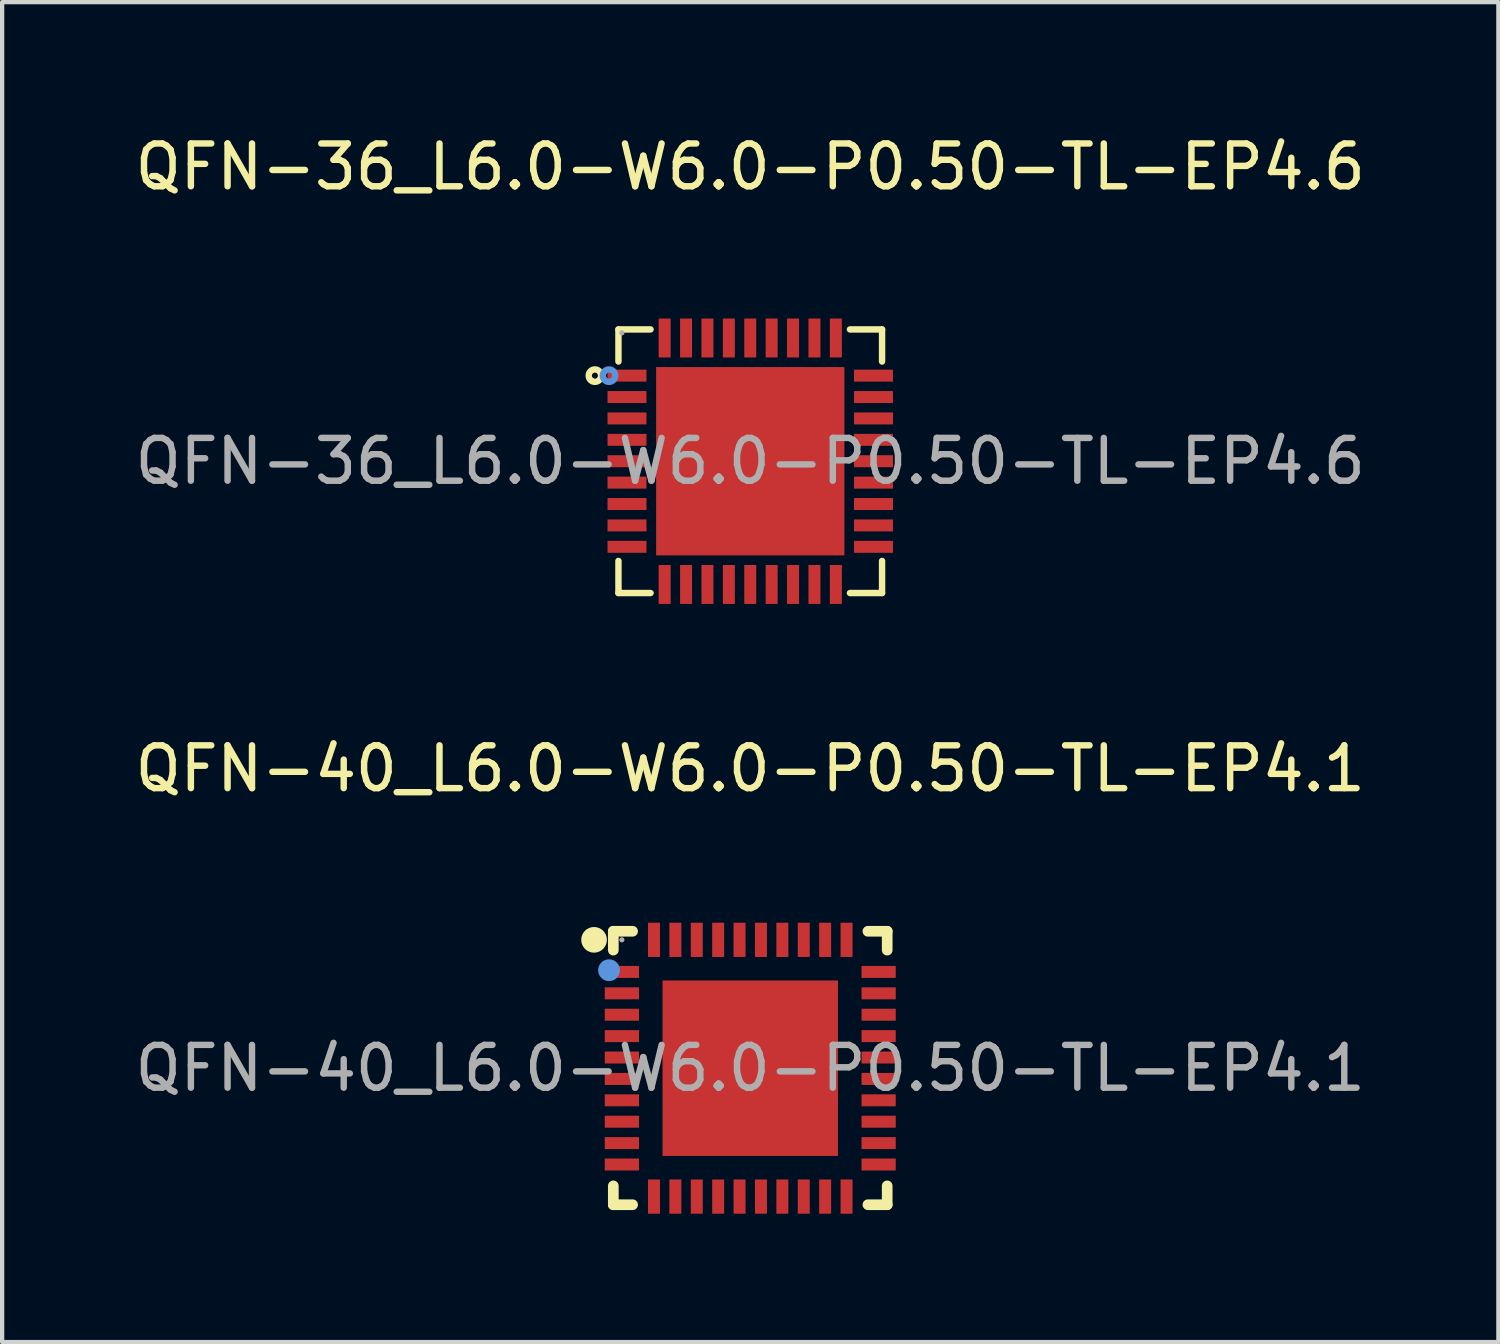
<source format=kicad_pcb>
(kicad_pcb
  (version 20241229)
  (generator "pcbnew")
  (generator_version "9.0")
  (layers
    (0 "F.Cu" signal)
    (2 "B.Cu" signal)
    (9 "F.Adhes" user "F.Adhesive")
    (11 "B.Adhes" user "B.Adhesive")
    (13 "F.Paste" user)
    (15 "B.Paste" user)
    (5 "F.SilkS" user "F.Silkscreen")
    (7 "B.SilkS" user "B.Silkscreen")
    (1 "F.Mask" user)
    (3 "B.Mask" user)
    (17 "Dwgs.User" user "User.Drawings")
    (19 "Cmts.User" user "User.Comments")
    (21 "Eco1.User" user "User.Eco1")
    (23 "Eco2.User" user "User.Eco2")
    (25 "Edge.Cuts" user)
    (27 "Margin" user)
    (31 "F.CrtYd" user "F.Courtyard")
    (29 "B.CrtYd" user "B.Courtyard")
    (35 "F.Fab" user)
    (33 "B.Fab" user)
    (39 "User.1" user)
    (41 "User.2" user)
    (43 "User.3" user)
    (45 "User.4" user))
  (footprint "QFN-40_L6.0-W6.0-P0.50-TL-EP4.1"
    (layer "F.Cu")
    (at 14.482 21.912)
    (property "Reference" "QFN-40_L6.0-W6.0-P0.50-TL-EP4.1" (at 0 -7 0) (layer "F.SilkS") (effects (font (size 1 1) (thickness 0.15))))
    (attr through_hole)
    (fp_line (start -3.2 -3.2) (end -2.75 -3.2) (stroke (width 0.25) (type solid)) (layer "F.SilkS"))
    (fp_line (start -3.2 -2.76) (end -3.2 -3.2) (stroke (width 0.25) (type solid)) (layer "F.SilkS"))
    (fp_line (start -3.2 3.19) (end -3.2 2.75) (stroke (width 0.25) (type solid)) (layer "F.SilkS"))
    (fp_line (start -2.75 3.19) (end -3.2 3.19) (stroke (width 0.25) (type solid)) (layer "F.SilkS"))
    (fp_line (start 2.75 3.19) (end 3.2 3.19) (stroke (width 0.25) (type solid)) (layer "F.SilkS"))
    (fp_line (start 3.2 -3.2) (end 2.75 -3.2) (stroke (width 0.25) (type solid)) (layer "F.SilkS"))
    (fp_line (start 3.2 -2.76) (end 3.2 -3.2) (stroke (width 0.25) (type solid)) (layer "F.SilkS"))
    (fp_line (start 3.2 3.19) (end 3.2 2.75) (stroke (width 0.25) (type solid)) (layer "F.SilkS"))
    (fp_arc (start -3.65 -3) (mid -3.65 -3) (end -3.65 -3) (stroke (width 0.3) (type solid)) (layer "F.SilkS"))
    (fp_circle (center -3.3 -2.29) (end -3.17 -2.29) (stroke (width 0.25) (type solid)) (fill no) (layer "Cmts.User"))
    (fp_circle (center -3 -3) (end -2.97 -3) (stroke (width 0.06) (type solid)) (fill no) (layer "F.Fab"))
    (fp_text user "${REFERENCE}" (at 0 0 0) (layer "F.Fab") (effects (font (size 1 1) (thickness 0.15))))
    (pad "1" smd rect (at -3 -2.25 90) (size 0.28 0.8) (layers "F.Cu" "F.Mask" "F.Paste"))
    (pad "2" smd rect (at -3 -1.75 90) (size 0.28 0.8) (layers "F.Cu" "F.Mask" "F.Paste"))
    (pad "3" smd rect (at -3 -1.25 90) (size 0.28 0.8) (layers "F.Cu" "F.Mask" "F.Paste"))
    (pad "4" smd rect (at -3 -0.75 90) (size 0.28 0.8) (layers "F.Cu" "F.Mask" "F.Paste"))
    (pad "5" smd rect (at -3 -0.25 90) (size 0.28 0.8) (layers "F.Cu" "F.Mask" "F.Paste"))
    (pad "6" smd rect (at -3 0.25 90) (size 0.28 0.8) (layers "F.Cu" "F.Mask" "F.Paste"))
    (pad "7" smd rect (at -3 0.75 90) (size 0.28 0.8) (layers "F.Cu" "F.Mask" "F.Paste"))
    (pad "8" smd rect (at -3 1.25 90) (size 0.28 0.8) (layers "F.Cu" "F.Mask" "F.Paste"))
    (pad "9" smd rect (at -3 1.75 90) (size 0.28 0.8) (layers "F.Cu" "F.Mask" "F.Paste"))
    (pad "10" smd rect (at -3 2.25 90) (size 0.28 0.8) (layers "F.Cu" "F.Mask" "F.Paste"))
    (pad "11" smd rect (at -2.25 3) (size 0.28 0.8) (layers "F.Cu" "F.Mask" "F.Paste"))
    (pad "12" smd rect (at -1.75 3) (size 0.28 0.8) (layers "F.Cu" "F.Mask" "F.Paste"))
    (pad "13" smd rect (at -1.25 3) (size 0.28 0.8) (layers "F.Cu" "F.Mask" "F.Paste"))
    (pad "14" smd rect (at -0.75 3) (size 0.28 0.8) (layers "F.Cu" "F.Mask" "F.Paste"))
    (pad "15" smd rect (at -0.25 3) (size 0.28 0.8) (layers "F.Cu" "F.Mask" "F.Paste"))
    (pad "16" smd rect (at 0.25 3) (size 0.28 0.8) (layers "F.Cu" "F.Mask" "F.Paste"))
    (pad "17" smd rect (at 0.75 3) (size 0.28 0.8) (layers "F.Cu" "F.Mask" "F.Paste"))
    (pad "18" smd rect (at 1.25 3) (size 0.28 0.8) (layers "F.Cu" "F.Mask" "F.Paste"))
    (pad "19" smd rect (at 1.75 3) (size 0.28 0.8) (layers "F.Cu" "F.Mask" "F.Paste"))
    (pad "20" smd rect (at 2.25 3) (size 0.28 0.8) (layers "F.Cu" "F.Mask" "F.Paste"))
    (pad "21" smd rect (at 3 2.25 90) (size 0.28 0.8) (layers "F.Cu" "F.Mask" "F.Paste"))
    (pad "22" smd rect (at 3 1.75 90) (size 0.28 0.8) (layers "F.Cu" "F.Mask" "F.Paste"))
    (pad "23" smd rect (at 3 1.25 90) (size 0.28 0.8) (layers "F.Cu" "F.Mask" "F.Paste"))
    (pad "24" smd rect (at 3 0.75 90) (size 0.28 0.8) (layers "F.Cu" "F.Mask" "F.Paste"))
    (pad "25" smd rect (at 3 0.25 90) (size 0.28 0.8) (layers "F.Cu" "F.Mask" "F.Paste"))
    (pad "26" smd rect (at 3 -0.25 90) (size 0.28 0.8) (layers "F.Cu" "F.Mask" "F.Paste"))
    (pad "27" smd rect (at 3 -0.75 90) (size 0.28 0.8) (layers "F.Cu" "F.Mask" "F.Paste"))
    (pad "28" smd rect (at 3 -1.25 90) (size 0.28 0.8) (layers "F.Cu" "F.Mask" "F.Paste"))
    (pad "29" smd rect (at 3 -1.75 90) (size 0.28 0.8) (layers "F.Cu" "F.Mask" "F.Paste"))
    (pad "30" smd rect (at 3 -2.25 90) (size 0.28 0.8) (layers "F.Cu" "F.Mask" "F.Paste"))
    (pad "31" smd rect (at 2.25 -3) (size 0.28 0.8) (layers "F.Cu" "F.Mask" "F.Paste"))
    (pad "32" smd rect (at 1.75 -3) (size 0.28 0.8) (layers "F.Cu" "F.Mask" "F.Paste"))
    (pad "33" smd rect (at 1.25 -3) (size 0.28 0.8) (layers "F.Cu" "F.Mask" "F.Paste"))
    (pad "34" smd rect (at 0.75 -3) (size 0.28 0.8) (layers "F.Cu" "F.Mask" "F.Paste"))
    (pad "35" smd rect (at 0.25 -3) (size 0.28 0.8) (layers "F.Cu" "F.Mask" "F.Paste"))
    (pad "36" smd rect (at -0.25 -3) (size 0.28 0.8) (layers "F.Cu" "F.Mask" "F.Paste"))
    (pad "37" smd rect (at -0.75 -3) (size 0.28 0.8) (layers "F.Cu" "F.Mask" "F.Paste"))
    (pad "38" smd rect (at -1.25 -3) (size 0.28 0.8) (layers "F.Cu" "F.Mask" "F.Paste"))
    (pad "39" smd rect (at -1.75 -3) (size 0.28 0.8) (layers "F.Cu" "F.Mask" "F.Paste"))
    (pad "40" smd rect (at -2.25 -3) (size 0.28 0.8) (layers "F.Cu" "F.Mask" "F.Paste"))
    (pad "41" smd rect (at 0 0) (size 4.1 4.1) (layers "F.Cu" "F.Mask" "F.Paste")))
  (footprint "QFN-36_L6.0-W6.0-P0.50-TL-EP4.6"
    (layer "F.Cu")
    (at 14.482 7.728)
    (property "Reference" "QFN-36_L6.0-W6.0-P0.50-TL-EP4.6" (at 0 -6.88 0) (layer "F.SilkS") (effects (font (size 1 1) (thickness 0.15))))
    (attr through_hole)
    (fp_line (start -3.08 -3.08) (end -3.08 -2.33) (stroke (width 0.15) (type solid)) (layer "F.SilkS"))
    (fp_line (start -3.08 3.08) (end -3.08 2.33) (stroke (width 0.15) (type solid)) (layer "F.SilkS"))
    (fp_line (start -2.33 -3.08) (end -3.08 -3.08) (stroke (width 0.15) (type solid)) (layer "F.SilkS"))
    (fp_line (start -2.33 3.08) (end -3.08 3.08) (stroke (width 0.15) (type solid)) (layer "F.SilkS"))
    (fp_line (start 2.33 -3.08) (end 3.08 -3.08) (stroke (width 0.15) (type solid)) (layer "F.SilkS"))
    (fp_line (start 2.33 3.08) (end 3.08 3.08) (stroke (width 0.15) (type solid)) (layer "F.SilkS"))
    (fp_line (start 3.08 -3.08) (end 3.08 -2.33) (stroke (width 0.15) (type solid)) (layer "F.SilkS"))
    (fp_line (start 3.08 3.08) (end 3.08 2.33) (stroke (width 0.15) (type solid)) (layer "F.SilkS"))
    (fp_circle (center -3.63 -2) (end -3.56 -2) (stroke (width 0.15) (type solid)) (fill no) (layer "F.SilkS"))
    (fp_circle (center -3.3 -2) (end -3.23 -2) (stroke (width 0.15) (type solid)) (fill no) (layer "Cmts.User"))
    (fp_circle (center -3 -3) (end -2.97 -3) (stroke (width 0.06) (type solid)) (fill no) (layer "F.Fab"))
    (fp_text user "${REFERENCE}" (at 0 0 0) (layer "F.Fab") (effects (font (size 1 1) (thickness 0.15))))
    (pad "1" smd rect (at -2.88 -2) (size 0.91 0.28) (layers "F.Cu" "F.Mask" "F.Paste"))
    (pad "2" smd rect (at -2.88 -1.5) (size 0.91 0.28) (layers "F.Cu" "F.Mask" "F.Paste"))
    (pad "3" smd rect (at -2.88 -1) (size 0.91 0.28) (layers "F.Cu" "F.Mask" "F.Paste"))
    (pad "4" smd rect (at -2.88 -0.5) (size 0.91 0.28) (layers "F.Cu" "F.Mask" "F.Paste"))
    (pad "5" smd rect (at -2.88 0) (size 0.91 0.28) (layers "F.Cu" "F.Mask" "F.Paste"))
    (pad "6" smd rect (at -2.88 0.5) (size 0.91 0.28) (layers "F.Cu" "F.Mask" "F.Paste"))
    (pad "7" smd rect (at -2.88 1) (size 0.91 0.28) (layers "F.Cu" "F.Mask" "F.Paste"))
    (pad "8" smd rect (at -2.88 1.5) (size 0.91 0.28) (layers "F.Cu" "F.Mask" "F.Paste"))
    (pad "9" smd rect (at -2.88 2) (size 0.91 0.28) (layers "F.Cu" "F.Mask" "F.Paste"))
    (pad "10" smd rect (at -2 2.88) (size 0.28 0.91) (layers "F.Cu" "F.Mask" "F.Paste"))
    (pad "11" smd rect (at -1.5 2.88) (size 0.28 0.91) (layers "F.Cu" "F.Mask" "F.Paste"))
    (pad "12" smd rect (at -1 2.88) (size 0.28 0.91) (layers "F.Cu" "F.Mask" "F.Paste"))
    (pad "13" smd rect (at -0.5 2.88) (size 0.28 0.91) (layers "F.Cu" "F.Mask" "F.Paste"))
    (pad "14" smd rect (at 0 2.88) (size 0.28 0.91) (layers "F.Cu" "F.Mask" "F.Paste"))
    (pad "15" smd rect (at 0.5 2.88) (size 0.28 0.91) (layers "F.Cu" "F.Mask" "F.Paste"))
    (pad "16" smd rect (at 1 2.88) (size 0.28 0.91) (layers "F.Cu" "F.Mask" "F.Paste"))
    (pad "17" smd rect (at 1.5 2.88) (size 0.28 0.91) (layers "F.Cu" "F.Mask" "F.Paste"))
    (pad "18" smd rect (at 2 2.88) (size 0.28 0.91) (layers "F.Cu" "F.Mask" "F.Paste"))
    (pad "19" smd rect (at 2.88 2) (size 0.91 0.28) (layers "F.Cu" "F.Mask" "F.Paste"))
    (pad "20" smd rect (at 2.88 1.5) (size 0.91 0.28) (layers "F.Cu" "F.Mask" "F.Paste"))
    (pad "21" smd rect (at 2.88 1) (size 0.91 0.28) (layers "F.Cu" "F.Mask" "F.Paste"))
    (pad "22" smd rect (at 2.88 0.5) (size 0.91 0.28) (layers "F.Cu" "F.Mask" "F.Paste"))
    (pad "23" smd rect (at 2.88 0) (size 0.91 0.28) (layers "F.Cu" "F.Mask" "F.Paste"))
    (pad "24" smd rect (at 2.88 -0.5) (size 0.91 0.28) (layers "F.Cu" "F.Mask" "F.Paste"))
    (pad "25" smd rect (at 2.88 -1) (size 0.91 0.28) (layers "F.Cu" "F.Mask" "F.Paste"))
    (pad "26" smd rect (at 2.88 -1.5) (size 0.91 0.28) (layers "F.Cu" "F.Mask" "F.Paste"))
    (pad "27" smd rect (at 2.88 -2) (size 0.91 0.28) (layers "F.Cu" "F.Mask" "F.Paste"))
    (pad "28" smd rect (at 2 -2.88) (size 0.28 0.91) (layers "F.Cu" "F.Mask" "F.Paste"))
    (pad "29" smd rect (at 1.5 -2.88) (size 0.28 0.91) (layers "F.Cu" "F.Mask" "F.Paste"))
    (pad "30" smd rect (at 1 -2.88) (size 0.28 0.91) (layers "F.Cu" "F.Mask" "F.Paste"))
    (pad "31" smd rect (at 0.5 -2.88) (size 0.28 0.91) (layers "F.Cu" "F.Mask" "F.Paste"))
    (pad "32" smd rect (at 0 -2.88) (size 0.28 0.91) (layers "F.Cu" "F.Mask" "F.Paste"))
    (pad "33" smd rect (at -0.5 -2.88) (size 0.28 0.91) (layers "F.Cu" "F.Mask" "F.Paste"))
    (pad "34" smd rect (at -1 -2.88) (size 0.28 0.91) (layers "F.Cu" "F.Mask" "F.Paste"))
    (pad "35" smd rect (at -1.5 -2.88) (size 0.28 0.91) (layers "F.Cu" "F.Mask" "F.Paste"))
    (pad "36" smd rect (at -2 -2.88) (size 0.28 0.91) (layers "F.Cu" "F.Mask" "F.Paste"))
    (pad "37" smd rect (at 0 0) (size 4.4 4.4) (layers "F.Cu" "F.Mask" "F.Paste")))
  (gr_rect
    (start -3 -3)
    (end 31.964 28.311)
    (stroke (width 0.1) (type default))
    (fill no)
    (layer "Edge.Cuts")))
</source>
